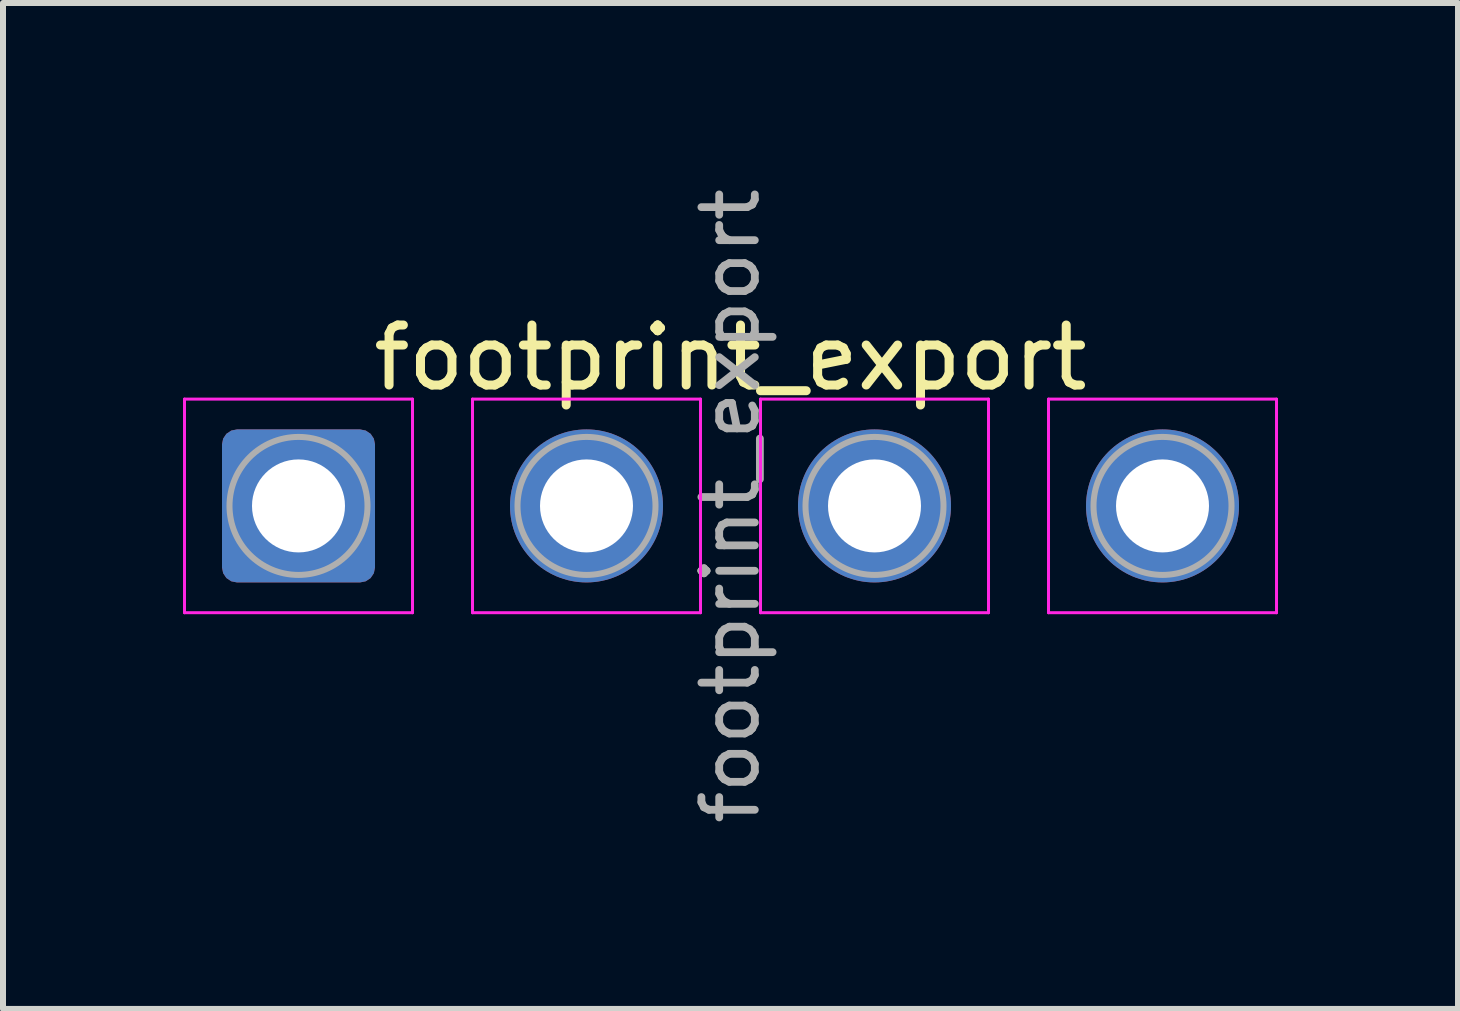
<source format=kicad_pcb>
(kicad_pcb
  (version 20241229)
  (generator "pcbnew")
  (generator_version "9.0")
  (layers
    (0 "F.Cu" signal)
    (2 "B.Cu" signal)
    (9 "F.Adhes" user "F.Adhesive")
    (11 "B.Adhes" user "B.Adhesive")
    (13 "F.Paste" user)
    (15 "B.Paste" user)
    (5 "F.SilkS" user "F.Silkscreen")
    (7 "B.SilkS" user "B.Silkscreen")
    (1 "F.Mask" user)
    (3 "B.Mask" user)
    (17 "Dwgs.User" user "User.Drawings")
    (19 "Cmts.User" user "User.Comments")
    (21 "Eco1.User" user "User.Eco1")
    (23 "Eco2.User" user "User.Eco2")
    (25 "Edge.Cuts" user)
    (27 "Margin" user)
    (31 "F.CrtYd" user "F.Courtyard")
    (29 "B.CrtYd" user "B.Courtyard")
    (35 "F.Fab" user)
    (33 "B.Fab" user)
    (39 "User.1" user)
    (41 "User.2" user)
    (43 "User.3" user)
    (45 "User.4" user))
  (footprint "footprint_export"
    (layer "F.Cu")
    (at 1.925 5.382)
    (property "Reference" "footprint_export" (at 7.2 -2.47 0) (layer "F.SilkS") (effects (font (size 1 1) (thickness 0.15))))
    (attr exclude_from_pos_files exclude_from_bom)
    (fp_line (start -1.9 -1.78) (end -1.9 1.78) (stroke (width 0.05) (type solid)) (layer "F.CrtYd"))
    (fp_line (start -1.9 1.78) (end 1.9 1.78) (stroke (width 0.05) (type solid)) (layer "F.CrtYd"))
    (fp_line (start 1.9 -1.78) (end -1.9 -1.78) (stroke (width 0.05) (type solid)) (layer "F.CrtYd"))
    (fp_line (start 1.9 1.78) (end 1.9 -1.78) (stroke (width 0.05) (type solid)) (layer "F.CrtYd"))
    (fp_line (start 2.9 -1.78) (end 2.9 1.78) (stroke (width 0.05) (type solid)) (layer "F.CrtYd"))
    (fp_line (start 2.9 1.78) (end 6.7 1.78) (stroke (width 0.05) (type solid)) (layer "F.CrtYd"))
    (fp_line (start 6.7 -1.78) (end 2.9 -1.78) (stroke (width 0.05) (type solid)) (layer "F.CrtYd"))
    (fp_line (start 6.7 1.78) (end 6.7 -1.78) (stroke (width 0.05) (type solid)) (layer "F.CrtYd"))
    (fp_line (start 7.7 -1.78) (end 7.7 1.78) (stroke (width 0.05) (type solid)) (layer "F.CrtYd"))
    (fp_line (start 7.7 1.78) (end 11.5 1.78) (stroke (width 0.05) (type solid)) (layer "F.CrtYd"))
    (fp_line (start 11.5 -1.78) (end 7.7 -1.78) (stroke (width 0.05) (type solid)) (layer "F.CrtYd"))
    (fp_line (start 11.5 1.78) (end 11.5 -1.78) (stroke (width 0.05) (type solid)) (layer "F.CrtYd"))
    (fp_line (start 12.5 -1.78) (end 12.5 1.78) (stroke (width 0.05) (type solid)) (layer "F.CrtYd"))
    (fp_line (start 12.5 1.78) (end 16.3 1.78) (stroke (width 0.05) (type solid)) (layer "F.CrtYd"))
    (fp_line (start 16.3 -1.78) (end 12.5 -1.78) (stroke (width 0.05) (type solid)) (layer "F.CrtYd"))
    (fp_line (start 16.3 1.78) (end 16.3 -1.78) (stroke (width 0.05) (type solid)) (layer "F.CrtYd"))
    (fp_circle (center 0 0) (end 1.15 0) (stroke (width 0.1) (type solid)) (fill no) (layer "F.Fab"))
    (fp_circle (center 4.8 0) (end 5.95 0) (stroke (width 0.1) (type solid)) (fill no) (layer "F.Fab"))
    (fp_circle (center 9.6 0) (end 10.75 0) (stroke (width 0.1) (type solid)) (fill no) (layer "F.Fab"))
    (fp_circle (center 14.4 0) (end 15.55 0) (stroke (width 0.1) (type solid)) (fill no) (layer "F.Fab"))
    (fp_text user "${REFERENCE}" (at 7.2 0 90) (layer "F.Fab") (effects (font (size 0.89 0.89) (thickness 0.13))))
    (pad "1" thru_hole roundrect (at 0 0) (size 2.55 2.55) (drill 1.55) (layers "*.Cu" "*.Mask") (roundrect_rratio 0.098))
    (pad "2" thru_hole circle (at 4.8 0) (size 2.55 2.55) (drill 1.55) (layers "*.Cu" "*.Mask"))
    (pad "3" thru_hole circle (at 9.6 0) (size 2.55 2.55) (drill 1.55) (layers "*.Cu" "*.Mask"))
    (pad "4" thru_hole circle (at 14.4 0) (size 2.55 2.55) (drill 1.55) (layers "*.Cu" "*.Mask")))
  (gr_rect
    (start -3 -3)
    (end 21.25 13.765)
    (stroke (width 0.1) (type default))
    (fill no)
    (layer "Edge.Cuts")))
</source>
